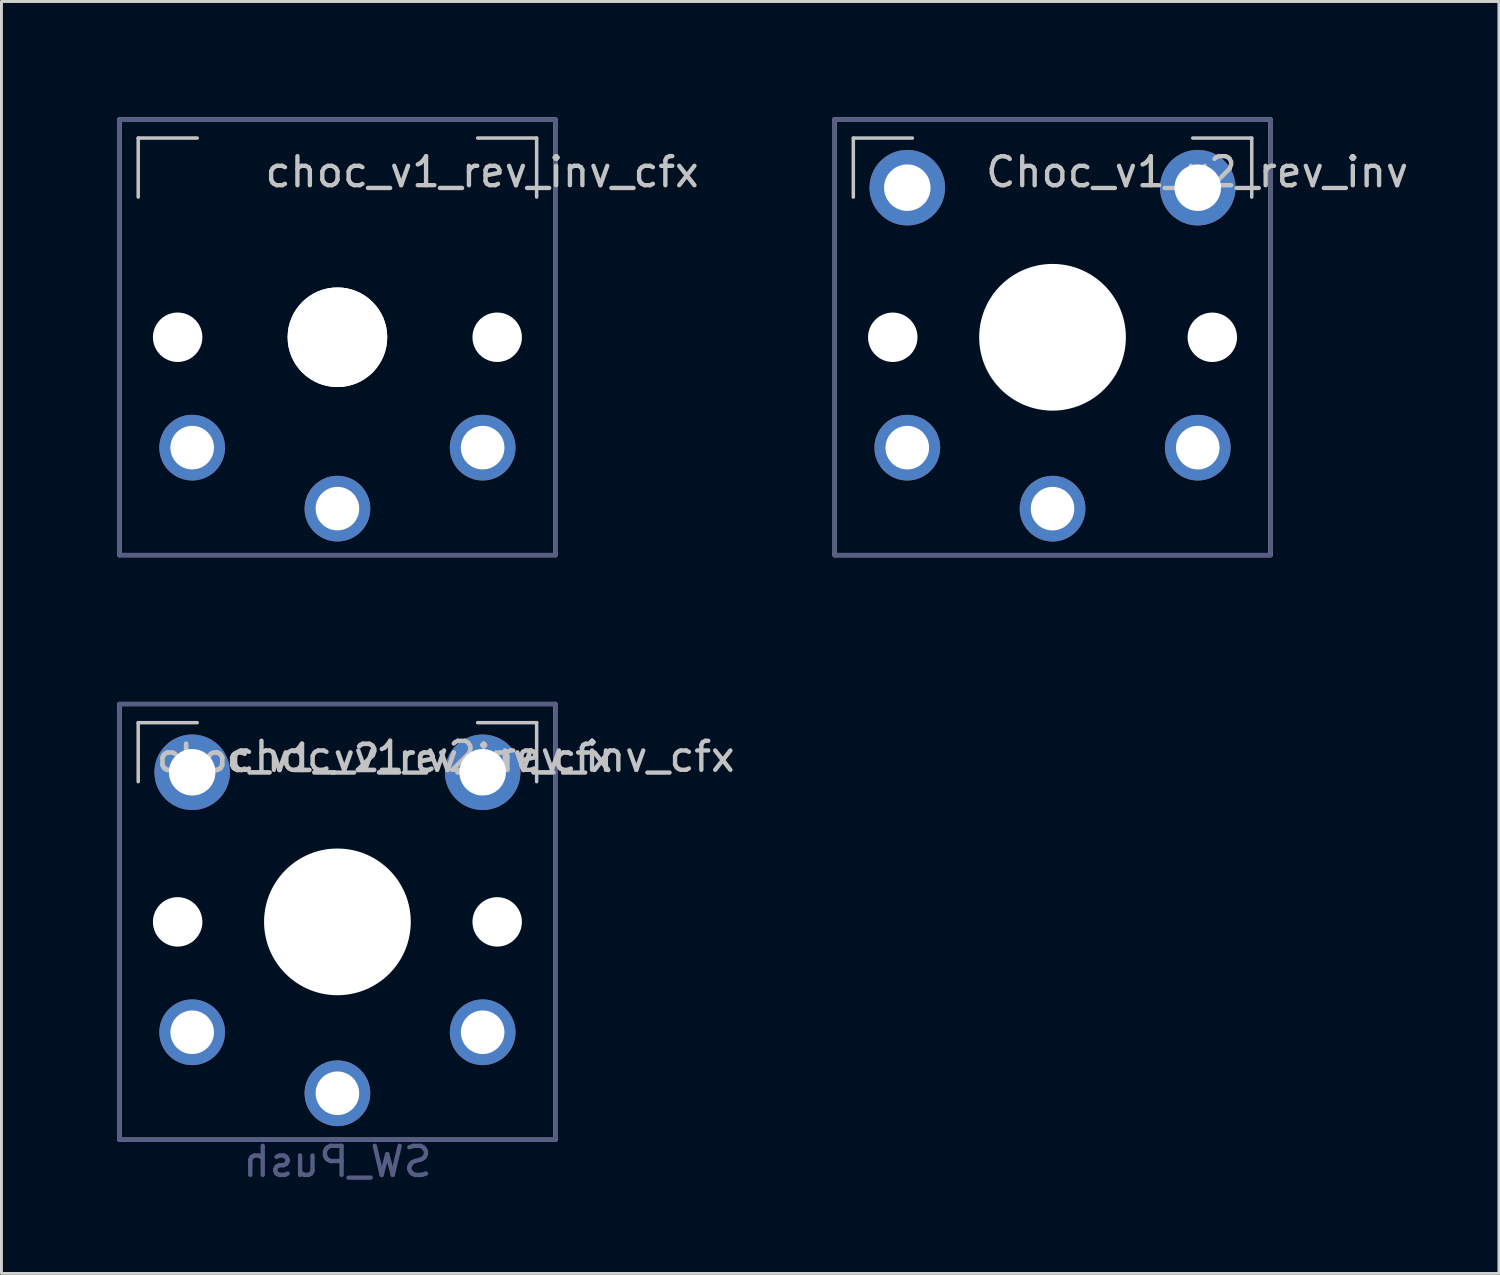
<source format=kicad_pcb>
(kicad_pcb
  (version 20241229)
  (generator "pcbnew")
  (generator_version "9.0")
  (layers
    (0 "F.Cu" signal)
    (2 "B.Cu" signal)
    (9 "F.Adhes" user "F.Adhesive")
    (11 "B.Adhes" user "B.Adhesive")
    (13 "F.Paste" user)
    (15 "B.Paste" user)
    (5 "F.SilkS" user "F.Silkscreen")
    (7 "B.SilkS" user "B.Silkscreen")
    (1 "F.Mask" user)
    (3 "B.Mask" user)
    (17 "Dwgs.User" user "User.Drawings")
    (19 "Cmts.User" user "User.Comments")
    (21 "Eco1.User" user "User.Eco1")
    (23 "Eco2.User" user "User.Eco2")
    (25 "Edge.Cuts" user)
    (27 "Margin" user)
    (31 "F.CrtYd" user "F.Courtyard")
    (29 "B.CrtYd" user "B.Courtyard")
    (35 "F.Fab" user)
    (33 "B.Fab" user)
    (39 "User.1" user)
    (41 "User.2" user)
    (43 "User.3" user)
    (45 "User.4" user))
  (footprint "Choc_v1_v2_rev_inv"
    (layer "F.Cu")
    (at 33.184 8.561)
    (property "Reference" "Choc_v1_v2_rev_inv" (at 4.98 -5.69 180) (layer "Dwgs.User") (effects (font (size 1 1) (thickness 0.15))))
    (attr through_hole)
    (fp_line (start -6.858 -6.858) (end -6.858 -4.826) (stroke (width 0.12) (type solid)) (layer "Dwgs.User"))
    (fp_line (start -6.858 -6.858) (end -4.826 -6.858) (stroke (width 0.12) (type solid)) (layer "Dwgs.User"))
    (fp_line (start 6.858 -6.858) (end 4.826 -6.858) (stroke (width 0.12) (type solid)) (layer "Dwgs.User"))
    (fp_line (start 6.858 -6.858) (end 6.858 -4.826) (stroke (width 0.12) (type solid)) (layer "Dwgs.User"))
    (fp_line (start -9 8.136) (end -8.994 -8.1) (stroke (width 0.12) (type solid)) (layer "Eco1.User"))
    (fp_line (start -8.63 -8.5) (end 8.6 -8.5) (stroke (width 0.12) (type solid)) (layer "Eco1.User"))
    (fp_line (start -8.6 8.5) (end 8.636 8.5) (stroke (width 0.12) (type solid)) (layer "Eco1.User"))
    (fp_line (start 7.25 7.25) (end -7.25 7.25) (stroke (width 0.1) (type solid)) (layer "Eco1.User"))
    (fp_line (start 9 8.1) (end 9 -8.136) (stroke (width 0.12) (type solid)) (layer "Eco1.User"))
    (fp_arc (start -8.994011 -8.099594) (mid -8.898745 -8.378652) (end -8.63 -8.5) (stroke (width 0.12) (type solid)) (layer "Eco1.User"))
    (fp_arc (start -8.6 8.49968) (mid -8.879058 8.404414) (end -9.000406 8.135669) (stroke (width 0.12) (type solid)) (layer "Eco1.User"))
    (fp_arc (start 8.599915 -8.5) (mid 8.878978 -8.404734) (end 9.000321 -8.135989) (stroke (width 0.12) (type solid)) (layer "Eco1.User"))
    (fp_arc (start 9 8.1) (mid 8.904724 8.37905) (end 8.635989 8.500406) (stroke (width 0.12) (type solid)) (layer "Eco1.User"))
    (fp_line (start -6.9 6.9) (end -6.9 -6.9) (stroke (width 0.15) (type solid)) (layer "Eco2.User"))
    (fp_line (start -6.9 6.9) (end 6.9 6.9) (stroke (width 0.15) (type solid)) (layer "Eco2.User"))
    (fp_line (start -2.6 -3.1) (end -2.6 -6.3) (stroke (width 0.15) (type solid)) (layer "Eco2.User"))
    (fp_line (start -2.6 -3.1) (end 2.6 -3.1) (stroke (width 0.15) (type solid)) (layer "Eco2.User"))
    (fp_line (start 2.6 -6.3) (end -2.6 -6.3) (stroke (width 0.15) (type solid)) (layer "Eco2.User"))
    (fp_line (start 2.6 -3.1) (end 2.6 -6.3) (stroke (width 0.15) (type solid)) (layer "Eco2.User"))
    (fp_line (start 6.9 -6.9) (end -6.9 -6.9) (stroke (width 0.15) (type solid)) (layer "Eco2.User"))
    (fp_line (start 6.9 -6.9) (end 6.9 6.9) (stroke (width 0.15) (type solid)) (layer "Eco2.User"))
    (fp_line (start -7.5 -7.5) (end 7.5 -7.5) (stroke (width 0.15) (type solid)) (layer "B.Fab"))
    (fp_line (start -7.5 7.5) (end -7.5 -7.5) (stroke (width 0.15) (type solid)) (layer "B.Fab"))
    (fp_line (start 7.5 -7.5) (end 7.5 7.5) (stroke (width 0.15) (type solid)) (layer "B.Fab"))
    (fp_line (start 7.5 7.5) (end -7.5 7.5) (stroke (width 0.15) (type solid)) (layer "B.Fab"))
    (fp_line (start -7.5 -7.5) (end 7.5 -7.5) (stroke (width 0.15) (type solid)) (layer "F.Fab"))
    (fp_line (start -7.5 7.5) (end -7.5 -7.5) (stroke (width 0.15) (type solid)) (layer "F.Fab"))
    (fp_line (start 7.5 -7.5) (end 7.5 7.5) (stroke (width 0.15) (type solid)) (layer "F.Fab"))
    (fp_line (start 7.5 7.5) (end -7.5 7.5) (stroke (width 0.15) (type solid)) (layer "F.Fab"))
    (pad "" np_thru_hole circle (at -5.5 0) (size 1.702 1.702) (drill 1.702) (layers "*.Cu" "*.Mask"))
    (pad "" thru_hole circle (at -5 -5.15) (size 2.6 2.6) (drill 1.6) (layers "*.Cu" "*.Mask"))
    (pad "" np_thru_hole circle (at 0 0) (size 3.429 3.429) (drill 3.429) (layers "*.Cu" "*.Mask"))
    (pad "" np_thru_hole circle (at 0 0) (size 5.05 5.05) (drill 5.05) (layers "*.Cu" "*.Mask"))
    (pad "" thru_hole circle (at 5 -5.15) (size 2.6 2.6) (drill 1.6) (layers "*.Cu" "*.Mask"))
    (pad "" np_thru_hole circle (at 5.5 0) (size 1.702 1.702) (drill 1.702) (layers "*.Cu" "*.Mask"))
    (pad "1" thru_hole circle (at 0 5.9) (size 2.262 2.262) (drill 1.5) (layers "*.Cu" "*.Mask"))
    (pad "2" thru_hole circle (at -5 3.8) (size 2.262 2.262) (drill 1.5) (layers "*.Cu" "*.Mask"))
    (pad "2" thru_hole circle (at 5 3.8) (size 2.262 2.262) (drill 1.5) (layers "*.Cu" "*.Mask")))
  (footprint "choc_v1_rev_inv_cfx"
    (layer "F.Cu")
    (at 8.566 8.56)
    (property "Reference" "choc_v1_rev_inv_cfx" (at 4.98 -5.69 180) (layer "Dwgs.User") (effects (font (size 1 1) (thickness 0.15))))
    (attr through_hole)
    (fp_line (start -6.858 -6.858) (end -6.858 -4.826) (stroke (width 0.12) (type solid)) (layer "Dwgs.User"))
    (fp_line (start -6.858 -6.858) (end -4.826 -6.858) (stroke (width 0.12) (type solid)) (layer "Dwgs.User"))
    (fp_line (start 6.858 -6.858) (end 4.826 -6.858) (stroke (width 0.12) (type solid)) (layer "Dwgs.User"))
    (fp_line (start 6.858 -6.858) (end 6.858 -4.826) (stroke (width 0.12) (type solid)) (layer "Dwgs.User"))
    (fp_line (start -8.506 8.135) (end -8.5 -8.1) (stroke (width 0.12) (type solid)) (layer "Eco1.User"))
    (fp_line (start -8.118 -8.5) (end 8.118 -8.5) (stroke (width 0.12) (type solid)) (layer "Eco1.User"))
    (fp_line (start -8.118 8.5) (end 8.118 8.5) (stroke (width 0.12) (type solid)) (layer "Eco1.User"))
    (fp_line (start 8.521 8.105) (end 8.521 -8.131) (stroke (width 0.12) (type solid)) (layer "Eco1.User"))
    (fp_arc (start -8.5 -8.1) (mid -8.404734 -8.379058) (end -8.135989 -8.500406) (stroke (width 0.12) (type solid)) (layer "Eco1.User"))
    (fp_arc (start -8.105989 8.499274) (mid -8.385047 8.404008) (end -8.506395 8.135263) (stroke (width 0.12) (type solid)) (layer "Eco1.User"))
    (fp_arc (start 8.120937 -8.495266) (mid 8.4 -8.4) (end 8.521343 -8.131255) (stroke (width 0.12) (type solid)) (layer "Eco1.User"))
    (fp_arc (start 8.521022 8.104734) (mid 8.425746 8.383784) (end 8.157011 8.50514) (stroke (width 0.12) (type solid)) (layer "Eco1.User"))
    (fp_line (start -6.9 6.9) (end -6.9 -6.9) (stroke (width 0.15) (type solid)) (layer "Eco2.User"))
    (fp_line (start -6.9 6.9) (end 6.9 6.9) (stroke (width 0.15) (type solid)) (layer "Eco2.User"))
    (fp_line (start -2.6 -3.1) (end -2.6 -6.3) (stroke (width 0.15) (type solid)) (layer "Eco2.User"))
    (fp_line (start -2.6 -3.1) (end 2.6 -3.1) (stroke (width 0.15) (type solid)) (layer "Eco2.User"))
    (fp_line (start 2.6 -6.3) (end -2.6 -6.3) (stroke (width 0.15) (type solid)) (layer "Eco2.User"))
    (fp_line (start 2.6 -3.1) (end 2.6 -6.3) (stroke (width 0.15) (type solid)) (layer "Eco2.User"))
    (fp_line (start 6.9 -6.9) (end -6.9 -6.9) (stroke (width 0.15) (type solid)) (layer "Eco2.User"))
    (fp_line (start 6.9 -6.9) (end 6.9 6.9) (stroke (width 0.15) (type solid)) (layer "Eco2.User"))
    (fp_line (start -7.5 -7.5) (end 7.5 -7.5) (stroke (width 0.15) (type solid)) (layer "B.Fab"))
    (fp_line (start -7.5 7.5) (end -7.5 -7.5) (stroke (width 0.15) (type solid)) (layer "B.Fab"))
    (fp_line (start 7.5 -7.5) (end 7.5 7.5) (stroke (width 0.15) (type solid)) (layer "B.Fab"))
    (fp_line (start 7.5 7.5) (end -7.5 7.5) (stroke (width 0.15) (type solid)) (layer "B.Fab"))
    (fp_line (start -7.5 -7.5) (end 7.5 -7.5) (stroke (width 0.15) (type solid)) (layer "F.Fab"))
    (fp_line (start -7.5 7.5) (end -7.5 -7.5) (stroke (width 0.15) (type solid)) (layer "F.Fab"))
    (fp_line (start 7.5 -7.5) (end 7.5 7.5) (stroke (width 0.15) (type solid)) (layer "F.Fab"))
    (fp_line (start 7.5 7.5) (end -7.5 7.5) (stroke (width 0.15) (type solid)) (layer "F.Fab"))
    (pad "" np_thru_hole circle (at -5.5 0) (size 1.702 1.702) (drill 1.702) (layers "*.Cu" "*.Mask"))
    (pad "" np_thru_hole circle (at 0 0) (size 3.429 3.429) (drill 3.429) (layers "*.Cu" "*.Mask"))
    (pad "" np_thru_hole circle (at 0 0) (size 3.429 3.429) (drill 3.429) (layers "*.Cu" "*.Mask"))
    (pad "" np_thru_hole circle (at 5.5 0) (size 1.702 1.702) (drill 1.702) (layers "*.Cu" "*.Mask"))
    (pad "1" thru_hole circle (at 0 5.9) (size 2.262 2.262) (drill 1.5) (layers "*.Cu" "*.Mask"))
    (pad "2" thru_hole circle (at -5 3.8) (size 2.262 2.262) (drill 1.5) (layers "*.Cu" "*.Mask"))
    (pad "2" thru_hole circle (at 5 3.8) (size 2.262 2.262) (drill 1.5) (layers "*.Cu" "*.Mask")))
  (footprint "choc_v1_v2_rev_inv_cfx"
    (layer "F.Cu")
    (at 8.566 28.686)
    (property "Reference" "choc_v1_v2_rev_inv_cfx" (at 4.98 -5.69 180) (layer "Dwgs.User") (effects (font (size 1 1) (thickness 0.15))))
    (property "Value" "SW_Push" (at -0.07 8.17 180) (layer "Dwgs.User") (hide yes) (effects (font (size 1 1) (thickness 0.15))))
    (attr through_hole)
    (fp_line (start -6.858 -6.858) (end -6.858 -4.826) (stroke (width 0.12) (type solid)) (layer "Dwgs.User"))
    (fp_line (start -6.858 -6.858) (end -4.826 -6.858) (stroke (width 0.12) (type solid)) (layer "Dwgs.User"))
    (fp_line (start 6.858 -6.858) (end 4.826 -6.858) (stroke (width 0.12) (type solid)) (layer "Dwgs.User"))
    (fp_line (start 6.858 -6.858) (end 6.858 -4.826) (stroke (width 0.12) (type solid)) (layer "Dwgs.User"))
    (fp_line (start -8.506 8.135) (end -8.5 -8.1) (stroke (width 0.12) (type solid)) (layer "Eco1.User"))
    (fp_line (start -8.118 -8.5) (end 8.118 -8.5) (stroke (width 0.12) (type solid)) (layer "Eco1.User"))
    (fp_line (start -8.118 8.5) (end 8.118 8.5) (stroke (width 0.12) (type solid)) (layer "Eco1.User"))
    (fp_line (start 8.521 8.105) (end 8.521 -8.131) (stroke (width 0.12) (type solid)) (layer "Eco1.User"))
    (fp_arc (start -8.5 -8.1) (mid -8.404734 -8.379058) (end -8.135989 -8.500406) (stroke (width 0.12) (type solid)) (layer "Eco1.User"))
    (fp_arc (start -8.105989 8.499274) (mid -8.385047 8.404008) (end -8.506395 8.135263) (stroke (width 0.12) (type solid)) (layer "Eco1.User"))
    (fp_arc (start 8.120937 -8.495266) (mid 8.4 -8.4) (end 8.521343 -8.131255) (stroke (width 0.12) (type solid)) (layer "Eco1.User"))
    (fp_arc (start 8.521022 8.104734) (mid 8.425746 8.383784) (end 8.157011 8.50514) (stroke (width 0.12) (type solid)) (layer "Eco1.User"))
    (fp_line (start -6.9 6.9) (end -6.9 -6.9) (stroke (width 0.15) (type solid)) (layer "Eco2.User"))
    (fp_line (start -6.9 6.9) (end 6.9 6.9) (stroke (width 0.15) (type solid)) (layer "Eco2.User"))
    (fp_line (start -2.6 -3.1) (end -2.6 -6.3) (stroke (width 0.15) (type solid)) (layer "Eco2.User"))
    (fp_line (start -2.6 -3.1) (end 2.6 -3.1) (stroke (width 0.15) (type solid)) (layer "Eco2.User"))
    (fp_line (start 2.6 -6.3) (end -2.6 -6.3) (stroke (width 0.15) (type solid)) (layer "Eco2.User"))
    (fp_line (start 2.6 -3.1) (end 2.6 -6.3) (stroke (width 0.15) (type solid)) (layer "Eco2.User"))
    (fp_line (start 6.9 -6.9) (end -6.9 -6.9) (stroke (width 0.15) (type solid)) (layer "Eco2.User"))
    (fp_line (start 6.9 -6.9) (end 6.9 6.9) (stroke (width 0.15) (type solid)) (layer "Eco2.User"))
    (fp_line (start -7.5 -7.5) (end 7.5 -7.5) (stroke (width 0.15) (type solid)) (layer "B.Fab"))
    (fp_line (start -7.5 7.5) (end -7.5 -7.5) (stroke (width 0.15) (type solid)) (layer "B.Fab"))
    (fp_line (start 7.5 -7.5) (end 7.5 7.5) (stroke (width 0.15) (type solid)) (layer "B.Fab"))
    (fp_line (start 7.5 7.5) (end -7.5 7.5) (stroke (width 0.15) (type solid)) (layer "B.Fab"))
    (fp_line (start -7.5 -7.5) (end 7.5 -7.5) (stroke (width 0.15) (type solid)) (layer "F.Fab"))
    (fp_line (start -7.5 7.5) (end -7.5 -7.5) (stroke (width 0.15) (type solid)) (layer "F.Fab"))
    (fp_line (start 7.5 -7.5) (end 7.5 7.5) (stroke (width 0.15) (type solid)) (layer "F.Fab"))
    (fp_line (start 7.5 7.5) (end -7.5 7.5) (stroke (width 0.15) (type solid)) (layer "F.Fab"))
    (fp_text user "${REFERENCE}" (at -6.299 -5.639 0) (layer "Dwgs.User") (effects (font (size 0.9 0.9) (thickness 0.16)) (justify left)))
    (fp_text user "${VALUE}" (at 0 8.255 0) (layer "B.Fab") (effects (font (size 1 1) (thickness 0.15)) (justify mirror)))
    (pad "" np_thru_hole circle (at -5.5 0) (size 1.702 1.702) (drill 1.702) (layers "*.Cu" "*.Mask"))
    (pad "" thru_hole circle (at -5 -5.15) (size 2.6 2.6) (drill 1.6) (layers "*.Cu" "*.Mask"))
    (pad "" np_thru_hole circle (at 0 0) (size 3.429 3.429) (drill 3.429) (layers "*.Cu" "*.Mask"))
    (pad "" np_thru_hole circle (at 0 0) (size 5.05 5.05) (drill 5.05) (layers "*.Cu" "*.Mask"))
    (pad "" thru_hole circle (at 5 -5.15) (size 2.6 2.6) (drill 1.6) (layers "*.Cu" "*.Mask"))
    (pad "" np_thru_hole circle (at 5.5 0) (size 1.702 1.702) (drill 1.702) (layers "*.Cu" "*.Mask"))
    (pad "1" thru_hole circle (at 0 5.9) (size 2.262 2.262) (drill 1.5) (layers "*.Cu" "*.Mask"))
    (pad "2" thru_hole circle (at -5 3.8) (size 2.262 2.262) (drill 1.5) (layers "*.Cu" "*.Mask"))
    (pad "2" thru_hole circle (at 5 3.8) (size 2.262 2.262) (drill 1.5) (layers "*.Cu" "*.Mask")))
  (gr_rect
    (start -3 -3)
    (end 48.551 40.789)
    (stroke (width 0.1) (type default))
    (fill no)
    (layer "Edge.Cuts")))
</source>
